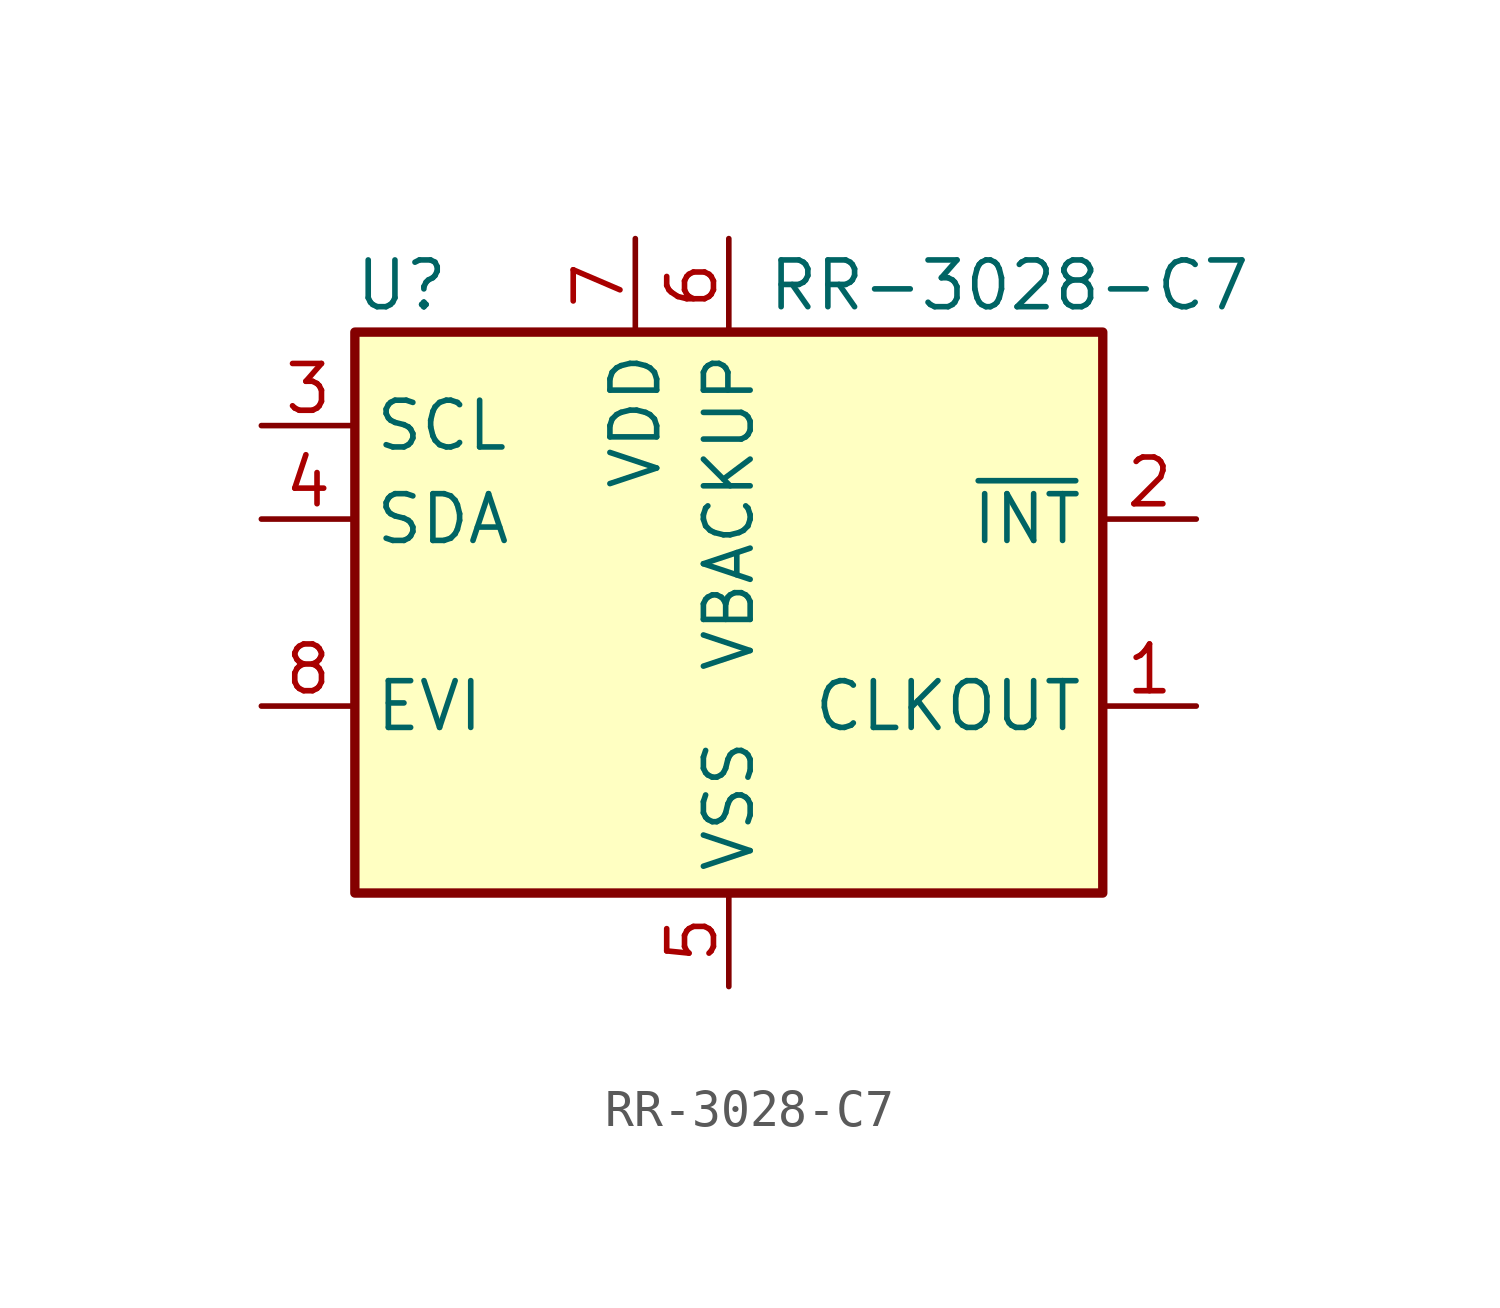
<source format=kicad_sym>
(kicad_symbol_lib
  (version 20231120)
  (generator "kicad_symbol_editor")
  (generator_version "8.0")
  (symbol "RR-3028-C7"
    (property "Reference" "U"
      (at -8.89 8.89 0)
      (effects (font (size 1.27 1.27))))
    (property "Value" "RR-3028-C7"
      (at 7.62 8.89 0)
      (effects (font (size 1.27 1.27))))
    (symbol "RR-3028-C7_0_1"
      (rectangle (start -10.16 7.62) (end 10.16 -7.62) (stroke (width 0.254) (type default)) (fill (type background))))
    (symbol "RR-3028-C7_1_1"
      (pin output line (at 12.7 -2.54 180) (length 2.54) (name "CLKOUT" (effects (font (size 1.27 1.27)))) (number "1" (effects (font (size 1.27 1.27)))))
      (pin open_collector line (at 12.7 2.54 180) (length 2.54) (name "~{INT}" (effects (font (size 1.27 1.27)))) (number "2" (effects (font (size 1.27 1.27)))))
      (pin input line (at -12.7 5.08 0) (length 2.54) (name "SCL" (effects (font (size 1.27 1.27)))) (number "3" (effects (font (size 1.27 1.27)))))
      (pin bidirectional line (at -12.7 2.54 0) (length 2.54) (name "SDA" (effects (font (size 1.27 1.27)))) (number "4" (effects (font (size 1.27 1.27)))))
      (pin power_in line (at 0 -10.16 90) (length 2.54) (name "VSS" (effects (font (size 1.27 1.27)))) (number "5" (effects (font (size 1.27 1.27)))))
      (pin power_in line (at 0 10.16 270) (length 2.54) (name "VBACKUP" (effects (font (size 1.27 1.27)))) (number "6" (effects (font (size 1.27 1.27)))))
      (pin power_in line (at -2.54 10.16 270) (length 2.54) (name "VDD" (effects (font (size 1.27 1.27)))) (number "7" (effects (font (size 1.27 1.27)))))
      (pin input line (at -12.7 -2.54 0) (length 2.54) (name "EVI" (effects (font (size 1.27 1.27)))) (number "8" (effects (font (size 1.27 1.27))))))))
</source>
